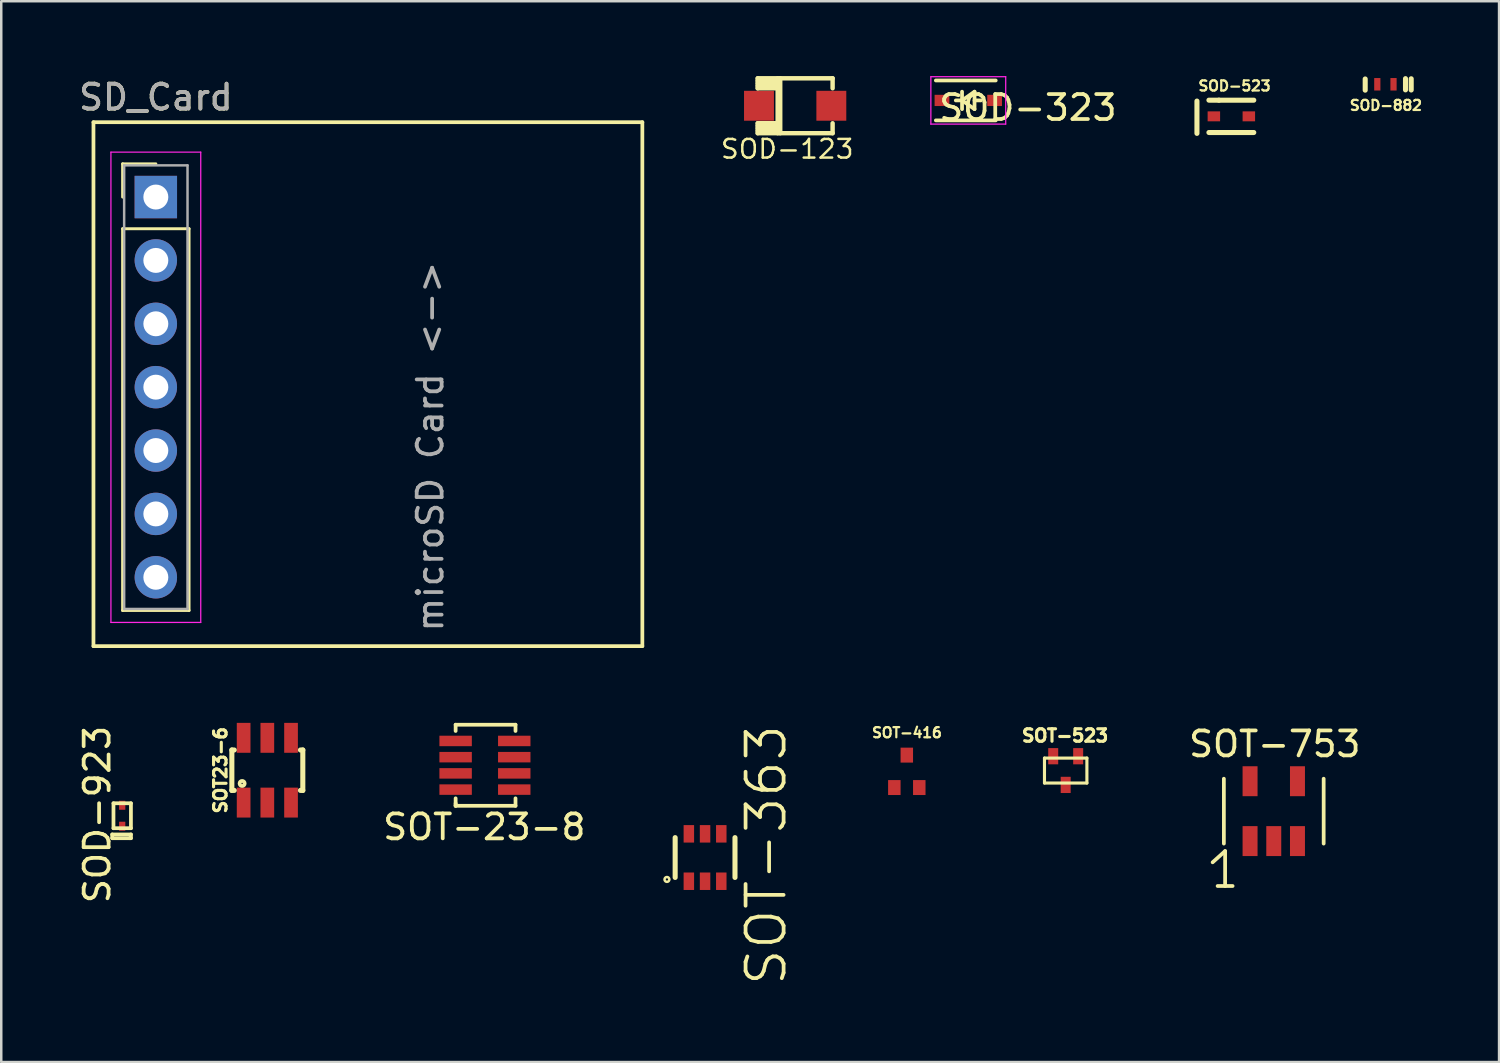
<source format=kicad_pcb>
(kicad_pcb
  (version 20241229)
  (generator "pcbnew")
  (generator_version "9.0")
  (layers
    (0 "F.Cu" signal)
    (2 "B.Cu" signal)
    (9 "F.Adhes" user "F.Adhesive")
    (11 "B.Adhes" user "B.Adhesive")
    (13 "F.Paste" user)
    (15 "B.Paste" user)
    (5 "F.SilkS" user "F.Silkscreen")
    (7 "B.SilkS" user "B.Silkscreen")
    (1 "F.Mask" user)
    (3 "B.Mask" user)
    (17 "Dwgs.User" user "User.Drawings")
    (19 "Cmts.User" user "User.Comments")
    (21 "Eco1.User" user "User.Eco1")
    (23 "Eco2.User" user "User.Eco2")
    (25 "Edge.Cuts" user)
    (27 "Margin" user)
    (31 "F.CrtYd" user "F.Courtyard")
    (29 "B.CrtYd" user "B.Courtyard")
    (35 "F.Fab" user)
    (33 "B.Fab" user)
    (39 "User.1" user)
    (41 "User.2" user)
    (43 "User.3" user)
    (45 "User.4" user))
  (footprint "SOT-753"
    (layer "F.Cu")
    (at 48.004 29.462)
    (property "Reference" "SOT-753" (at 0.04 -2.69 0) (layer "F.SilkS") (effects (font (size 1 1) (thickness 0.15))))
    (attr smd)
    (fp_line (start -2.45 2.05) (end -1.95 1.6) (stroke (width 0.15) (type solid)) (layer "F.SilkS"))
    (fp_line (start -2.25 3) (end -1.65 3) (stroke (width 0.15) (type solid)) (layer "F.SilkS"))
    (fp_line (start -2 1.3) (end -2 -1.3) (stroke (width 0.15) (type solid)) (layer "F.SilkS"))
    (fp_line (start -1.95 1.6) (end -1.95 3) (stroke (width 0.15) (type solid)) (layer "F.SilkS"))
    (fp_line (start 2 -1.3) (end 2 1.3) (stroke (width 0.15) (type solid)) (layer "F.SilkS"))
    (pad "1" smd rect (at -0.95 1.2) (size 0.6 1.2) (layers "F.Cu" "F.Mask" "F.Paste"))
    (pad "2" smd rect (at 0 1.2) (size 0.6 1.2) (layers "F.Cu" "F.Mask" "F.Paste"))
    (pad "3" smd rect (at 0.95 1.2) (size 0.6 1.2) (layers "F.Cu" "F.Mask" "F.Paste"))
    (pad "4" smd rect (at 0.95 -1.2) (size 0.6 1.2) (layers "F.Cu" "F.Mask" "F.Paste"))
    (pad "5" smd rect (at -0.95 -1.2) (size 0.6 1.2) (layers "F.Cu" "F.Mask" "F.Paste")))
  (footprint "SOD-523"
    (layer "F.Cu")
    (at 46.304 1.613)
    (property "Reference" "SOD-523" (at 0.127 -1.219 0) (layer "F.SilkS") (effects (font (size 0.406 0.406) (thickness 0.089))))
    (attr smd)
    (fp_line (start -1.379 -0.612) (end -1.379 0.683) (stroke (width 0.203) (type solid)) (layer "F.SilkS"))
    (fp_line (start -0.899 -0.648) (end -0.498 -0.648) (stroke (width 0.203) (type solid)) (layer "F.SilkS"))
    (fp_line (start -0.899 0.648) (end -0.498 0.648) (stroke (width 0.203) (type solid)) (layer "F.SilkS"))
    (fp_line (start -0.498 -0.648) (end 0.899 -0.648) (stroke (width 0.203) (type solid)) (layer "F.SilkS"))
    (fp_line (start -0.498 0.648) (end 0.899 0.648) (stroke (width 0.203) (type solid)) (layer "F.SilkS"))
    (pad "A" smd rect (at 0.701 0) (size 0.5 0.399) (layers "F.Cu" "F.Mask" "F.Paste"))
    (pad "C" smd rect (at -0.701 0) (size 0.5 0.399) (layers "F.Cu" "F.Mask" "F.Paste")))
  (footprint "SOT-523"
    (layer "F.Cu")
    (at 39.664 27.835)
    (property "Reference" "SOT-523" (at -0.025 -1.4 180) (layer "F.SilkS") (effects (font (size 0.5 0.5) (thickness 0.125))))
    (attr through_hole)
    (fp_line (start -0.85 -0.5) (end 0.85 -0.5) (stroke (width 0.125) (type solid)) (layer "F.SilkS"))
    (fp_line (start -0.85 0.5) (end -0.85 -0.5) (stroke (width 0.125) (type solid)) (layer "F.SilkS"))
    (fp_line (start 0.85 -0.5) (end 0.85 0.5) (stroke (width 0.125) (type solid)) (layer "F.SilkS"))
    (fp_line (start 0.85 0.5) (end -0.85 0.5) (stroke (width 0.125) (type solid)) (layer "F.SilkS"))
    (pad "1" smd rect (at -0.5 -0.575) (size 0.4 0.65) (layers "F.Cu" "F.Mask" "F.Paste"))
    (pad "2" smd rect (at 0.5 -0.575) (size 0.4 0.65) (layers "F.Cu" "F.Mask" "F.Paste"))
    (pad "3" smd rect (at 0 0.575) (size 0.4 0.65) (layers "F.Cu" "F.Mask" "F.Paste")))
  (footprint "SOT-416"
    (layer "F.Cu")
    (at 33.296 27.866)
    (property "Reference" "SOT-416" (at 0.005 -1.549 0) (layer "F.SilkS") (effects (font (size 0.406 0.406) (thickness 0.089))))
    (attr smd)
    (pad "1" smd rect (at -0.5 0.65) (size 0.5 0.599) (layers "F.Cu" "F.Mask" "F.Paste"))
    (pad "2" smd rect (at 0.5 0.65) (size 0.5 0.599) (layers "F.Cu" "F.Mask" "F.Paste"))
    (pad "3" smd rect (at 0 -0.65) (size 0.5 0.599) (layers "F.Cu" "F.Mask" "F.Paste")))
  (footprint "SOT-363"
    (layer "F.Cu")
    (at 25.21 31.321)
    (property "Reference" "SOT-363" (at 2.45 -0.1 90) (layer "F.SilkS") (effects (font (size 1.524 1.524) (thickness 0.15))))
    (attr smd)
    (fp_line (start -1.199 0.798) (end -1.199 -0.798) (stroke (width 0.203) (type solid)) (layer "F.SilkS"))
    (fp_line (start 1.199 0.798) (end 1.199 -0.798) (stroke (width 0.203) (type solid)) (layer "F.SilkS"))
    (fp_circle (center -1.528 0.878) (end -1.596 0.947) (stroke (width 0.102) (type solid)) (fill no) (layer "F.SilkS"))
    (pad "1" smd rect (at -0.65 0.95 90) (size 0.7 0.42) (layers "F.Cu" "F.Mask" "F.Paste"))
    (pad "2" smd rect (at 0 0.95 90) (size 0.7 0.42) (layers "F.Cu" "F.Mask" "F.Paste"))
    (pad "3" smd rect (at 0.65 0.95 90) (size 0.7 0.42) (layers "F.Cu" "F.Mask" "F.Paste"))
    (pad "4" smd rect (at 0.65 -0.95 90) (size 0.7 0.42) (layers "F.Cu" "F.Mask" "F.Paste"))
    (pad "5" smd rect (at 0 -0.95 90) (size 0.7 0.42) (layers "F.Cu" "F.Mask" "F.Paste"))
    (pad "6" smd rect (at -0.65 -0.95 90) (size 0.7 0.42) (layers "F.Cu" "F.Mask" "F.Paste")))
  (footprint "SOD-923"
    (layer "F.Cu")
    (at 1.848 29.646)
    (property "Reference" "SOD-923" (at -1 -0.05 90) (layer "F.SilkS") (effects (font (size 1 1) (thickness 0.15))))
    (attr through_hole)
    (fp_line (start -0.4 0.75) (end -0.4 0.9) (stroke (width 0.15) (type solid)) (layer "F.SilkS"))
    (fp_line (start -0.4 0.75) (end 0.35 0.75) (stroke (width 0.15) (type solid)) (layer "F.SilkS"))
    (fp_line (start -0.4 0.9) (end 0.3 0.9) (stroke (width 0.15) (type solid)) (layer "F.SilkS"))
    (fp_line (start -0.35 -0.5) (end -0.35 0.5) (stroke (width 0.15) (type solid)) (layer "F.SilkS"))
    (fp_line (start -0.35 0.5) (end 0.35 0.5) (stroke (width 0.15) (type solid)) (layer "F.SilkS"))
    (fp_line (start 0.3 0.9) (end 0.35 0.9) (stroke (width 0.15) (type solid)) (layer "F.SilkS"))
    (fp_line (start 0.35 -0.5) (end -0.35 -0.5) (stroke (width 0.15) (type solid)) (layer "F.SilkS"))
    (fp_line (start 0.35 0.5) (end 0.35 -0.5) (stroke (width 0.15) (type solid)) (layer "F.SilkS"))
    (fp_line (start 0.35 0.9) (end 0.35 0.75) (stroke (width 0.15) (type solid)) (layer "F.SilkS"))
    (pad "1" smd rect (at 0 0.42) (size 0.25 0.36) (layers "F.Cu" "F.Mask" "F.Paste"))
    (pad "2" smd rect (at 0 -0.42) (size 0.25 0.36) (layers "F.Cu" "F.Mask" "F.Paste")))
  (footprint "SOT-23-8"
    (layer "F.Cu")
    (at 16.362 27.648)
    (property "Reference" "SOT-23-8" (at 0 2.45 0) (layer "F.SilkS") (effects (font (size 1 1) (thickness 0.15))))
    (attr through_hole)
    (fp_line (start -1.15 -1.65) (end -1.15 -1.4) (stroke (width 0.15) (type solid)) (layer "F.SilkS"))
    (fp_line (start -1.15 -1.65) (end 1.25 -1.65) (stroke (width 0.15) (type solid)) (layer "F.SilkS"))
    (fp_line (start -1.15 1.5) (end -1.15 1.3) (stroke (width 0.15) (type solid)) (layer "F.SilkS"))
    (fp_line (start -1.15 1.5) (end -1.15 1.6) (stroke (width 0.15) (type solid)) (layer "F.SilkS"))
    (fp_line (start -1.15 1.55) (end -1.15 1.6) (stroke (width 0.15) (type solid)) (layer "F.SilkS"))
    (fp_line (start -1.15 1.6) (end 1.25 1.6) (stroke (width 0.15) (type solid)) (layer "F.SilkS"))
    (fp_line (start 1.25 -1.65) (end 1.25 -1.4) (stroke (width 0.15) (type solid)) (layer "F.SilkS"))
    (fp_line (start 1.25 1.6) (end 1.25 1.3) (stroke (width 0.15) (type solid)) (layer "F.SilkS"))
    (pad "1" smd rect (at -1.15 -1) (size 1.3 0.42) (layers "F.Cu" "F.Mask" "F.Paste"))
    (pad "2" smd rect (at -1.15 -0.35) (size 1.3 0.42) (layers "F.Cu" "F.Mask" "F.Paste"))
    (pad "3" smd rect (at -1.15 0.3) (size 1.3 0.42) (layers "F.Cu" "F.Mask" "F.Paste"))
    (pad "4" smd rect (at -1.15 0.95) (size 1.3 0.42) (layers "F.Cu" "F.Mask" "F.Paste"))
    (pad "5" smd rect (at 1.2 0.95) (size 1.3 0.42) (layers "F.Cu" "F.Mask" "F.Paste"))
    (pad "6" smd rect (at 1.2 0.3) (size 1.3 0.42) (layers "F.Cu" "F.Mask" "F.Paste"))
    (pad "7" smd rect (at 1.2 -0.35) (size 1.3 0.42) (layers "F.Cu" "F.Mask" "F.Paste"))
    (pad "8" smd rect (at 1.2 -1) (size 1.3 0.42) (layers "F.Cu" "F.Mask" "F.Paste")))
  (footprint "SOD-123"
    (layer "F.Cu")
    (at 28.821 1.189)
    (property "Reference" "SOD-123" (at -0.318 1.735 0) (layer "F.SilkS") (effects (font (size 0.749 0.749) (thickness 0.099))))
    (attr smd)
    (fp_line (start -1.501 -1.1) (end -1.501 -0.701) (stroke (width 0.178) (type solid)) (layer "F.SilkS"))
    (fp_line (start -1.501 -1.1) (end 1.501 -1.1) (stroke (width 0.178) (type solid)) (layer "F.SilkS"))
    (fp_line (start -1.501 -0.899) (end -0.701 -0.899) (stroke (width 0.178) (type solid)) (layer "F.SilkS"))
    (fp_line (start -1.501 -0.701) (end -0.701 -0.701) (stroke (width 0.178) (type solid)) (layer "F.SilkS"))
    (fp_line (start -1.501 0.701) (end -0.701 0.701) (stroke (width 0.178) (type solid)) (layer "F.SilkS"))
    (fp_line (start -1.501 0.8) (end -0.701 0.8) (stroke (width 0.178) (type solid)) (layer "F.SilkS"))
    (fp_line (start -1.501 1.1) (end -1.501 0.701) (stroke (width 0.178) (type solid)) (layer "F.SilkS"))
    (fp_line (start -1.501 1.1) (end 1.501 1.1) (stroke (width 0.178) (type solid)) (layer "F.SilkS"))
    (fp_line (start -0.701 -1.1) (end -0.701 1.1) (stroke (width 0.178) (type solid)) (layer "F.SilkS"))
    (fp_line (start -0.701 -1.001) (end -1.501 -1.001) (stroke (width 0.178) (type solid)) (layer "F.SilkS"))
    (fp_line (start -0.701 -0.8) (end -1.501 -0.8) (stroke (width 0.178) (type solid)) (layer "F.SilkS"))
    (fp_line (start -0.701 0.899) (end -1.501 0.899) (stroke (width 0.178) (type solid)) (layer "F.SilkS"))
    (fp_line (start -0.701 1.001) (end -1.501 1.001) (stroke (width 0.178) (type solid)) (layer "F.SilkS"))
    (fp_line (start -0.599 -1.1) (end -0.599 1.1) (stroke (width 0.178) (type solid)) (layer "F.SilkS"))
    (fp_line (start 1.501 -1.1) (end 1.501 -0.701) (stroke (width 0.178) (type solid)) (layer "F.SilkS"))
    (fp_line (start 1.501 1.1) (end 1.501 0.701) (stroke (width 0.178) (type solid)) (layer "F.SilkS"))
    (pad "A" smd rect (at 1.45 0) (size 1.199 1.199) (layers "F.Cu" "F.Mask" "F.Paste"))
    (pad "C" smd rect (at -1.45 0) (size 1.199 1.199) (layers "F.Cu" "F.Mask" "F.Paste")))
  (footprint "SD_Card"
    (layer "F.Cu")
    (at 3.196 4.848)
    (property "Reference" "SD_Card" (at 0 -4 0) (layer "F.SilkS") (effects (font (size 1 1) (thickness 0.15))))
    (attr through_hole)
    (fp_line (start -2.5 -3) (end -2.5 18) (stroke (width 0.15) (type solid)) (layer "F.SilkS"))
    (fp_line (start -2.5 -3) (end 19.5 -3) (stroke (width 0.15) (type solid)) (layer "F.SilkS"))
    (fp_line (start -2.5 18) (end 19.5 18) (stroke (width 0.15) (type solid)) (layer "F.SilkS"))
    (fp_line (start -1.33 -1.33) (end 0 -1.33) (stroke (width 0.12) (type solid)) (layer "F.SilkS"))
    (fp_line (start -1.33 0) (end -1.33 -1.33) (stroke (width 0.12) (type solid)) (layer "F.SilkS"))
    (fp_line (start -1.33 1.27) (end -1.33 16.57) (stroke (width 0.12) (type solid)) (layer "F.SilkS"))
    (fp_line (start -1.33 16.57) (end 1.33 16.57) (stroke (width 0.12) (type solid)) (layer "F.SilkS"))
    (fp_line (start 1.33 1.27) (end -1.33 1.27) (stroke (width 0.12) (type solid)) (layer "F.SilkS"))
    (fp_line (start 1.33 16.57) (end 1.33 1.27) (stroke (width 0.12) (type solid)) (layer "F.SilkS"))
    (fp_line (start 19.5 -3) (end 19.5 18) (stroke (width 0.15) (type solid)) (layer "F.SilkS"))
    (fp_line (start -1.8 -1.8) (end -1.8 17.05) (stroke (width 0.05) (type solid)) (layer "F.CrtYd"))
    (fp_line (start -1.8 17.05) (end 1.8 17.05) (stroke (width 0.05) (type solid)) (layer "F.CrtYd"))
    (fp_line (start 1.8 -1.8) (end -1.8 -1.8) (stroke (width 0.05) (type solid)) (layer "F.CrtYd"))
    (fp_line (start 1.8 17.05) (end 1.8 -1.8) (stroke (width 0.05) (type solid)) (layer "F.CrtYd"))
    (fp_line (start -1.27 -1.27) (end -1.27 16.51) (stroke (width 0.1) (type solid)) (layer "F.Fab"))
    (fp_line (start -1.27 16.51) (end 1.27 16.51) (stroke (width 0.1) (type solid)) (layer "F.Fab"))
    (fp_line (start 1.27 -1.27) (end -1.27 -1.27) (stroke (width 0.1) (type solid)) (layer "F.Fab"))
    (fp_line (start 1.27 16.51) (end 1.27 -1.27) (stroke (width 0.1) (type solid)) (layer "F.Fab"))
    (fp_text user "microSD Card <->" (at 11 10 90) (layer "F.Fab") (effects (font (size 1 1) (thickness 0.15))))
    (fp_text user "${REFERENCE}" (at 0 -4 0) (layer "F.Fab") (effects (font (size 1 1) (thickness 0.15))))
    (pad "1" thru_hole rect (at 0 0) (size 1.7 1.7) (drill 1) (layers "*.Cu" "*.Mask"))
    (pad "2" thru_hole oval (at 0 2.54) (size 1.7 1.7) (drill 1) (layers "*.Cu" "*.Mask"))
    (pad "3" thru_hole oval (at 0 5.08) (size 1.7 1.7) (drill 1) (layers "*.Cu" "*.Mask"))
    (pad "4" thru_hole oval (at 0 7.62) (size 1.7 1.7) (drill 1) (layers "*.Cu" "*.Mask"))
    (pad "5" thru_hole oval (at 0 10.16) (size 1.7 1.7) (drill 1) (layers "*.Cu" "*.Mask"))
    (pad "6" thru_hole oval (at 0 12.7) (size 1.7 1.7) (drill 1) (layers "*.Cu" "*.Mask"))
    (pad "7" thru_hole oval (at 0 15.24) (size 1.7 1.7) (drill 1) (layers "*.Cu" "*.Mask")))
  (footprint "SOT23-6"
    (layer "F.Cu")
    (at 7.665 27.821)
    (property "Reference" "SOT23-6" (at -1.88 0 90) (layer "F.SilkS") (effects (font (size 0.5 0.5) (thickness 0.125))))
    (attr smd)
    (fp_line (start -1.422 -0.81) (end -1.326 -0.81) (stroke (width 0.203) (type solid)) (layer "F.SilkS"))
    (fp_line (start -1.422 0.81) (end -1.422 -0.81) (stroke (width 0.203) (type solid)) (layer "F.SilkS"))
    (fp_line (start -1.326 0.81) (end -1.422 0.81) (stroke (width 0.203) (type solid)) (layer "F.SilkS"))
    (fp_line (start 1.326 -0.81) (end 1.422 -0.81) (stroke (width 0.203) (type solid)) (layer "F.SilkS"))
    (fp_line (start 1.422 -0.81) (end 1.422 0.81) (stroke (width 0.203) (type solid)) (layer "F.SilkS"))
    (fp_line (start 1.422 0.81) (end 1.326 0.81) (stroke (width 0.203) (type solid)) (layer "F.SilkS"))
    (fp_circle (center -1.01 0.531) (end -0.992 0.549) (stroke (width 0.152) (type solid)) (fill no) (layer "F.SilkS"))
    (pad "1" smd rect (at -0.95 1.298) (size 0.549 1.199) (layers "F.Cu" "F.Mask" "F.Paste"))
    (pad "2" smd rect (at 0 1.298) (size 0.549 1.199) (layers "F.Cu" "F.Mask" "F.Paste"))
    (pad "3" smd rect (at 0.95 1.298) (size 0.549 1.199) (layers "F.Cu" "F.Mask" "F.Paste"))
    (pad "4" smd rect (at 0.95 -1.298) (size 0.549 1.199) (layers "F.Cu" "F.Mask" "F.Paste"))
    (pad "5" smd rect (at 0 -1.298) (size 0.549 1.199) (layers "F.Cu" "F.Mask" "F.Paste"))
    (pad "6" smd rect (at -0.95 -1.298) (size 0.549 1.199) (layers "F.Cu" "F.Mask" "F.Paste")))
  (footprint "SOD-882"
    (layer "F.Cu")
    (at 52.479 0.328)
    (property "Reference" "SOD-882" (at 0.02 0.846 0) (layer "F.SilkS") (effects (font (size 0.406 0.406) (thickness 0.089))))
    (attr smd)
    (fp_line (start -0.81 0.236) (end -0.81 -0.213) (stroke (width 0.203) (type solid)) (layer "F.SilkS"))
    (fp_line (start 0.805 -0.226) (end 0.805 0.224) (stroke (width 0.203) (type solid)) (layer "F.SilkS"))
    (fp_line (start 1.034 -0.221) (end 1.034 0.229) (stroke (width 0.203) (type solid)) (layer "F.SilkS"))
    (pad "A" smd rect (at -0.325 0) (size 0.249 0.5) (layers "F.Cu" "F.Mask" "F.Paste"))
    (pad "C" smd rect (at 0.325 0) (size 0.249 0.5) (layers "F.Cu" "F.Mask" "F.Paste")))
  (footprint "SOD-323"
    (layer "F.Cu")
    (at 35.76 0.975)
    (property "Reference" "SOD-323" (at 2.39 0.29 0) (layer "F.SilkS") (effects (font (size 1 1) (thickness 0.15))))
    (attr smd)
    (fp_line (start -1.3 -0.8) (end 1.1 -0.8) (stroke (width 0.15) (type solid)) (layer "F.SilkS"))
    (fp_line (start -1.3 0.8) (end 1.1 0.8) (stroke (width 0.15) (type solid)) (layer "F.SilkS"))
    (fp_line (start -0.25 -0.35) (end -0.25 0.35) (stroke (width 0.15) (type solid)) (layer "F.SilkS"))
    (fp_line (start -0.25 0) (end -0.5 0) (stroke (width 0.15) (type solid)) (layer "F.SilkS"))
    (fp_line (start -0.25 0) (end 0.25 -0.35) (stroke (width 0.15) (type solid)) (layer "F.SilkS"))
    (fp_line (start 0.25 -0.35) (end 0.25 0.35) (stroke (width 0.15) (type solid)) (layer "F.SilkS"))
    (fp_line (start 0.25 0) (end 0.5 0) (stroke (width 0.15) (type solid)) (layer "F.SilkS"))
    (fp_line (start 0.25 0.35) (end -0.25 0) (stroke (width 0.15) (type solid)) (layer "F.SilkS"))
    (fp_line (start -1.5 -0.95) (end -1.5 0.95) (stroke (width 0.05) (type solid)) (layer "F.CrtYd"))
    (fp_line (start -1.5 -0.95) (end 1.5 -0.95) (stroke (width 0.05) (type solid)) (layer "F.CrtYd"))
    (fp_line (start -1.5 0.95) (end 1.5 0.95) (stroke (width 0.05) (type solid)) (layer "F.CrtYd"))
    (fp_line (start 1.5 -0.95) (end 1.5 0.95) (stroke (width 0.05) (type solid)) (layer "F.CrtYd"))
    (pad "1" smd rect (at -1.055 0) (size 0.59 0.45) (layers "F.Cu" "F.Mask" "F.Paste"))
    (pad "2" smd rect (at 1.055 0) (size 0.59 0.45) (layers "F.Cu" "F.Mask" "F.Paste")))
  (gr_rect
    (start -3 -3)
    (end 57.034 39.519)
    (stroke (width 0.1) (type default))
    (fill no)
    (layer "Edge.Cuts")))
</source>
